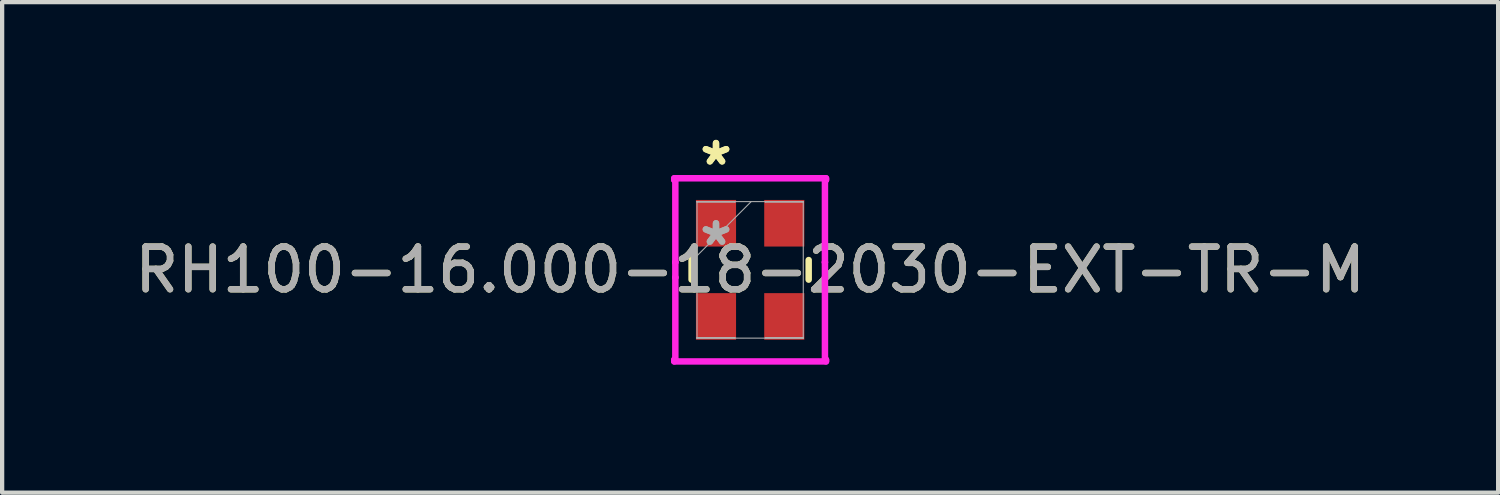
<source format=kicad_pcb>
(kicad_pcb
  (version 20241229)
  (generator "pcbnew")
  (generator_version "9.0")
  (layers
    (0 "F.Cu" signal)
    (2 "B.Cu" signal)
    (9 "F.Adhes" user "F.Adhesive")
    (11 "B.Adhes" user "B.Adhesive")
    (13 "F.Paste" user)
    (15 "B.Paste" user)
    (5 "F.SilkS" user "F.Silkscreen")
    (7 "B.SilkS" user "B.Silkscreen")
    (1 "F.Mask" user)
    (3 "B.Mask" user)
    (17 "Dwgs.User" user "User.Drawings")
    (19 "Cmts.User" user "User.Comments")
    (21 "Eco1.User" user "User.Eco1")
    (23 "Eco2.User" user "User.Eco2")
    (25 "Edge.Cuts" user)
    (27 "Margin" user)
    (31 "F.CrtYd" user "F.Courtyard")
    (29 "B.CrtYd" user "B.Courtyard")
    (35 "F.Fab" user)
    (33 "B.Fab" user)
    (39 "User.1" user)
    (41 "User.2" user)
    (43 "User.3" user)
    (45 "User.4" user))
  (footprint "RH100-16.000-18-2030-EXT-TR-M"
    (layer "F.Cu")
    (at 14.53 3.274)
    (property "Reference" "RH100-16.000-18-2030-EXT-TR-M" (at 0 0 0) (unlocked yes) (layer "F.SilkS") (effects (font (size 1 1) (thickness 0.15))))
    (attr smd)
    (fp_line (start -1.372 -0.229) (end -1.372 0.229) (stroke (width 0.152) (type solid)) (layer "F.SilkS"))
    (fp_line (start 1.372 0.229) (end 1.372 -0.229) (stroke (width 0.152) (type solid)) (layer "F.SilkS"))
    (fp_line (start -1.778 -2.146) (end 1.778 -2.146) (stroke (width 0.152) (type solid)) (layer "F.CrtYd"))
    (fp_line (start -1.778 -2.108) (end -1.778 -2.146) (stroke (width 0.152) (type solid)) (layer "F.CrtYd"))
    (fp_line (start -1.778 2.108) (end -1.753 2.108) (stroke (width 0.152) (type solid)) (layer "F.CrtYd"))
    (fp_line (start -1.778 2.146) (end -1.778 2.108) (stroke (width 0.152) (type solid)) (layer "F.CrtYd"))
    (fp_line (start -1.753 -2.108) (end -1.778 -2.108) (stroke (width 0.152) (type solid)) (layer "F.CrtYd"))
    (fp_line (start -1.753 -0.178) (end -1.753 -2.108) (stroke (width 0.152) (type solid)) (layer "F.CrtYd"))
    (fp_line (start -1.753 -0.178) (end -1.753 -0.178) (stroke (width 0.152) (type solid)) (layer "F.CrtYd"))
    (fp_line (start -1.753 0.178) (end -1.753 -0.178) (stroke (width 0.152) (type solid)) (layer "F.CrtYd"))
    (fp_line (start -1.753 0.178) (end -1.753 0.178) (stroke (width 0.152) (type solid)) (layer "F.CrtYd"))
    (fp_line (start -1.753 2.108) (end -1.753 0.178) (stroke (width 0.152) (type solid)) (layer "F.CrtYd"))
    (fp_line (start 1.753 -2.108) (end 1.753 -0.178) (stroke (width 0.152) (type solid)) (layer "F.CrtYd"))
    (fp_line (start 1.753 -0.178) (end 1.753 -0.178) (stroke (width 0.152) (type solid)) (layer "F.CrtYd"))
    (fp_line (start 1.753 -0.178) (end 1.753 0.178) (stroke (width 0.152) (type solid)) (layer "F.CrtYd"))
    (fp_line (start 1.753 0.178) (end 1.753 0.178) (stroke (width 0.152) (type solid)) (layer "F.CrtYd"))
    (fp_line (start 1.753 0.178) (end 1.753 2.108) (stroke (width 0.152) (type solid)) (layer "F.CrtYd"))
    (fp_line (start 1.753 2.108) (end 1.778 2.108) (stroke (width 0.152) (type solid)) (layer "F.CrtYd"))
    (fp_line (start 1.778 -2.146) (end 1.778 -2.108) (stroke (width 0.152) (type solid)) (layer "F.CrtYd"))
    (fp_line (start 1.778 -2.108) (end 1.753 -2.108) (stroke (width 0.152) (type solid)) (layer "F.CrtYd"))
    (fp_line (start 1.778 2.108) (end 1.778 2.146) (stroke (width 0.152) (type solid)) (layer "F.CrtYd"))
    (fp_line (start 1.778 2.146) (end -1.778 2.146) (stroke (width 0.152) (type solid)) (layer "F.CrtYd"))
    (fp_line (start -1.245 -1.6) (end -1.245 -1.6) (stroke (width 0.025) (type solid)) (layer "F.Fab"))
    (fp_line (start -1.245 -1.6) (end -1.245 1.6) (stroke (width 0.025) (type solid)) (layer "F.Fab"))
    (fp_line (start -1.245 -1.6) (end -0.356 -1.6) (stroke (width 0.025) (type solid)) (layer "F.Fab"))
    (fp_line (start -1.245 -1.587) (end -1.245 -1.6) (stroke (width 0.025) (type solid)) (layer "F.Fab"))
    (fp_line (start -1.245 -0.33) (end 0.025 -1.6) (stroke (width 0.025) (type solid)) (layer "F.Fab"))
    (fp_line (start -1.245 1.587) (end -0.356 1.587) (stroke (width 0.025) (type solid)) (layer "F.Fab"))
    (fp_line (start -1.245 1.6) (end -1.245 1.587) (stroke (width 0.025) (type solid)) (layer "F.Fab"))
    (fp_line (start -1.245 1.6) (end -1.245 1.6) (stroke (width 0.025) (type solid)) (layer "F.Fab"))
    (fp_line (start -1.245 1.6) (end 1.245 1.6) (stroke (width 0.025) (type solid)) (layer "F.Fab"))
    (fp_line (start -0.356 -1.6) (end -0.356 -1.587) (stroke (width 0.025) (type solid)) (layer "F.Fab"))
    (fp_line (start -0.356 -1.587) (end -1.245 -1.587) (stroke (width 0.025) (type solid)) (layer "F.Fab"))
    (fp_line (start -0.356 1.587) (end -0.356 1.6) (stroke (width 0.025) (type solid)) (layer "F.Fab"))
    (fp_line (start -0.356 1.6) (end -1.245 1.6) (stroke (width 0.025) (type solid)) (layer "F.Fab"))
    (fp_line (start 0.356 -1.6) (end 1.245 -1.6) (stroke (width 0.025) (type solid)) (layer "F.Fab"))
    (fp_line (start 0.356 -1.587) (end 0.356 -1.6) (stroke (width 0.025) (type solid)) (layer "F.Fab"))
    (fp_line (start 0.356 1.587) (end 1.245 1.587) (stroke (width 0.025) (type solid)) (layer "F.Fab"))
    (fp_line (start 0.356 1.6) (end 0.356 1.587) (stroke (width 0.025) (type solid)) (layer "F.Fab"))
    (fp_line (start 1.245 -1.6) (end -1.245 -1.6) (stroke (width 0.025) (type solid)) (layer "F.Fab"))
    (fp_line (start 1.245 -1.6) (end 1.245 -1.6) (stroke (width 0.025) (type solid)) (layer "F.Fab"))
    (fp_line (start 1.245 -1.6) (end 1.245 -1.587) (stroke (width 0.025) (type solid)) (layer "F.Fab"))
    (fp_line (start 1.245 -1.587) (end 0.356 -1.587) (stroke (width 0.025) (type solid)) (layer "F.Fab"))
    (fp_line (start 1.245 1.587) (end 1.245 1.6) (stroke (width 0.025) (type solid)) (layer "F.Fab"))
    (fp_line (start 1.245 1.6) (end 0.356 1.6) (stroke (width 0.025) (type solid)) (layer "F.Fab"))
    (fp_line (start 1.245 1.6) (end 1.245 -1.6) (stroke (width 0.025) (type solid)) (layer "F.Fab"))
    (fp_line (start 1.245 1.6) (end 1.245 1.6) (stroke (width 0.025) (type solid)) (layer "F.Fab"))
    (fp_text user "*" (at -0.8 -2.426 0) (layer "F.SilkS") (effects (font (size 1 1) (thickness 0.15))))
    (fp_text user "*" (at -0.8 -2.426 0) (unlocked yes) (layer "F.SilkS") (effects (font (size 1 1) (thickness 0.15))))
    (fp_text user "*" (at -0.8 -0.546 0) (unlocked yes) (layer "F.Fab") (effects (font (size 1 1) (thickness 0.15))))
    (fp_text user "${REFERENCE}" (at 0 0 0) (unlocked yes) (layer "F.Fab") (effects (font (size 1 1) (thickness 0.15))))
    (fp_text user "*" (at -0.8 -0.546 0) (layer "F.Fab") (effects (font (size 1 1) (thickness 0.15))))
    (pad "1" smd rect (at -0.8 -1.092) (size 0.94 1.092) (layers "F.Cu" "F.Mask" "F.Paste"))
    (pad "2" smd rect (at -0.8 1.092) (size 0.94 1.092) (layers "F.Cu" "F.Mask" "F.Paste"))
    (pad "3" smd rect (at 0.8 1.092) (size 0.94 1.092) (layers "F.Cu" "F.Mask" "F.Paste"))
    (pad "4" smd rect (at 0.8 -1.092) (size 0.94 1.092) (layers "F.Cu" "F.Mask" "F.Paste")))
  (gr_rect
    (start -3 -3)
    (end 32.06 8.496)
    (stroke (width 0.1) (type default))
    (fill no)
    (layer "Edge.Cuts")))
</source>
